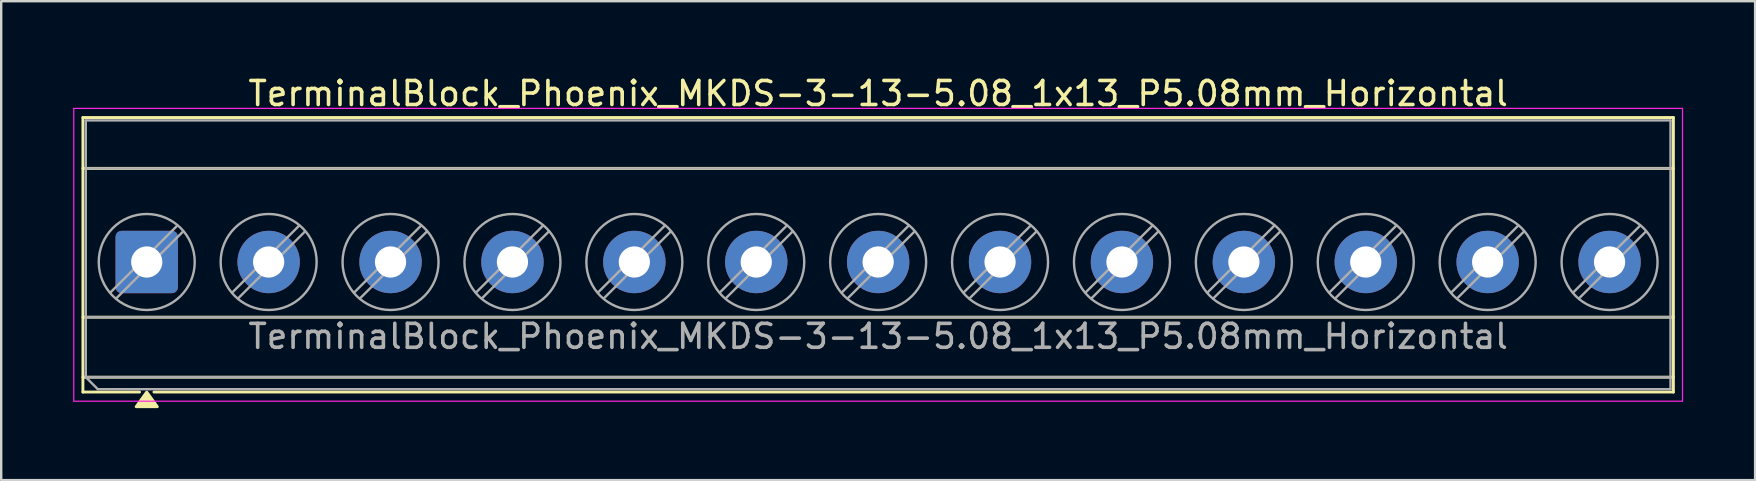
<source format=kicad_pcb>
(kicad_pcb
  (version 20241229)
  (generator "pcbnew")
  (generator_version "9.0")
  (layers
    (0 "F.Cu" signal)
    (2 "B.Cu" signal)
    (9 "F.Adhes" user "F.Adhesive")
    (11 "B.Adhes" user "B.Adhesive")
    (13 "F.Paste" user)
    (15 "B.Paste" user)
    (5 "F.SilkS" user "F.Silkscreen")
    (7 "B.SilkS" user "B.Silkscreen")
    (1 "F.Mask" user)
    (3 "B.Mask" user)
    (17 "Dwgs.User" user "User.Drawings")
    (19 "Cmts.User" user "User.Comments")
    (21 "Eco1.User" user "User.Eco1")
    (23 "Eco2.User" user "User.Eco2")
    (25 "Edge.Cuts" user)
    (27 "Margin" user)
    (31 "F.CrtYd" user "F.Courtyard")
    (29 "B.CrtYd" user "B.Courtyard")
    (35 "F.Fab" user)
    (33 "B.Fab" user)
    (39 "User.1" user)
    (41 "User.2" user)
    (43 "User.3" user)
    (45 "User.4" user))
  (footprint "TerminalBlock_Phoenix_MKDS-3-13-5.08_1x13_P5.08mm_Horizontal"
    (layer "F.Cu")
    (at 3.065 7.868)
    (property "Reference" "TerminalBlock_Phoenix_MKDS-3-13-5.08_1x13_P5.08mm_Horizontal" (at 30.48 -7.02 0) (layer "F.SilkS") (effects (font (size 1 1) (thickness 0.15))))
    (attr through_hole)
    (fp_line (start -2.66 -6.02) (end -2.66 5.42) (stroke (width 0.12) (type solid)) (layer "F.SilkS"))
    (fp_line (start -2.66 -6.02) (end 63.62 -6.02) (stroke (width 0.12) (type solid)) (layer "F.SilkS"))
    (fp_line (start -2.66 -3.9) (end 63.62 -3.9) (stroke (width 0.12) (type solid)) (layer "F.SilkS"))
    (fp_line (start -2.66 2.3) (end 63.62 2.3) (stroke (width 0.12) (type solid)) (layer "F.SilkS"))
    (fp_line (start -2.66 4.8) (end 63.62 4.8) (stroke (width 0.12) (type solid)) (layer "F.SilkS"))
    (fp_line (start -2.66 5.42) (end -0.3 5.42) (stroke (width 0.12) (type solid)) (layer "F.SilkS"))
    (fp_line (start 0.3 5.42) (end 63.62 5.42) (stroke (width 0.12) (type solid)) (layer "F.SilkS"))
    (fp_line (start 63.62 -6.02) (end 63.62 5.42) (stroke (width 0.12) (type solid)) (layer "F.SilkS"))
    (fp_poly (pts (xy 0 5.42) (xy 0.44 6.03) (xy -0.44 6.03)) (stroke (width 0.12) (type solid)) (fill yes) (layer "F.SilkS"))
    (fp_line (start -3.04 -6.4) (end -3.04 5.8) (stroke (width 0.05) (type solid)) (layer "F.CrtYd"))
    (fp_line (start -3.04 5.8) (end 64 5.8) (stroke (width 0.05) (type solid)) (layer "F.CrtYd"))
    (fp_line (start 64 -6.4) (end -3.04 -6.4) (stroke (width 0.05) (type solid)) (layer "F.CrtYd"))
    (fp_line (start 64 5.8) (end 64 -6.4) (stroke (width 0.05) (type solid)) (layer "F.CrtYd"))
    (fp_line (start -2.54 -5.9) (end 63.5 -5.9) (stroke (width 0.1) (type solid)) (layer "F.Fab"))
    (fp_line (start -2.54 -3.9) (end 63.5 -3.9) (stroke (width 0.1) (type solid)) (layer "F.Fab"))
    (fp_line (start -2.54 2.3) (end 63.5 2.3) (stroke (width 0.1) (type solid)) (layer "F.Fab"))
    (fp_line (start -2.54 4.8) (end -2.54 -5.9) (stroke (width 0.1) (type solid)) (layer "F.Fab"))
    (fp_line (start -2.54 4.8) (end 63.5 4.8) (stroke (width 0.1) (type solid)) (layer "F.Fab"))
    (fp_line (start -2.04 5.3) (end -2.54 4.8) (stroke (width 0.1) (type solid)) (layer "F.Fab"))
    (fp_line (start 1.273 -1.517) (end -1.517 1.272) (stroke (width 0.1) (type solid)) (layer "F.Fab"))
    (fp_line (start 1.517 -1.273) (end -1.273 1.517) (stroke (width 0.1) (type solid)) (layer "F.Fab"))
    (fp_line (start 6.353 -1.517) (end 3.563 1.272) (stroke (width 0.1) (type solid)) (layer "F.Fab"))
    (fp_line (start 6.597 -1.273) (end 3.807 1.517) (stroke (width 0.1) (type solid)) (layer "F.Fab"))
    (fp_line (start 11.433 -1.517) (end 8.643 1.272) (stroke (width 0.1) (type solid)) (layer "F.Fab"))
    (fp_line (start 11.677 -1.273) (end 8.887 1.517) (stroke (width 0.1) (type solid)) (layer "F.Fab"))
    (fp_line (start 16.513 -1.517) (end 13.723 1.272) (stroke (width 0.1) (type solid)) (layer "F.Fab"))
    (fp_line (start 16.757 -1.273) (end 13.967 1.517) (stroke (width 0.1) (type solid)) (layer "F.Fab"))
    (fp_line (start 21.593 -1.517) (end 18.803 1.272) (stroke (width 0.1) (type solid)) (layer "F.Fab"))
    (fp_line (start 21.837 -1.273) (end 19.047 1.517) (stroke (width 0.1) (type solid)) (layer "F.Fab"))
    (fp_line (start 26.673 -1.517) (end 23.883 1.272) (stroke (width 0.1) (type solid)) (layer "F.Fab"))
    (fp_line (start 26.917 -1.273) (end 24.127 1.517) (stroke (width 0.1) (type solid)) (layer "F.Fab"))
    (fp_line (start 31.753 -1.517) (end 28.963 1.272) (stroke (width 0.1) (type solid)) (layer "F.Fab"))
    (fp_line (start 31.997 -1.273) (end 29.207 1.517) (stroke (width 0.1) (type solid)) (layer "F.Fab"))
    (fp_line (start 36.833 -1.517) (end 34.043 1.272) (stroke (width 0.1) (type solid)) (layer "F.Fab"))
    (fp_line (start 37.077 -1.273) (end 34.287 1.517) (stroke (width 0.1) (type solid)) (layer "F.Fab"))
    (fp_line (start 41.913 -1.517) (end 39.123 1.272) (stroke (width 0.1) (type solid)) (layer "F.Fab"))
    (fp_line (start 42.157 -1.273) (end 39.367 1.517) (stroke (width 0.1) (type solid)) (layer "F.Fab"))
    (fp_line (start 46.993 -1.517) (end 44.203 1.272) (stroke (width 0.1) (type solid)) (layer "F.Fab"))
    (fp_line (start 47.237 -1.273) (end 44.447 1.517) (stroke (width 0.1) (type solid)) (layer "F.Fab"))
    (fp_line (start 52.073 -1.517) (end 49.283 1.272) (stroke (width 0.1) (type solid)) (layer "F.Fab"))
    (fp_line (start 52.317 -1.273) (end 49.527 1.517) (stroke (width 0.1) (type solid)) (layer "F.Fab"))
    (fp_line (start 57.153 -1.517) (end 54.363 1.272) (stroke (width 0.1) (type solid)) (layer "F.Fab"))
    (fp_line (start 57.397 -1.273) (end 54.607 1.517) (stroke (width 0.1) (type solid)) (layer "F.Fab"))
    (fp_line (start 62.233 -1.517) (end 59.443 1.272) (stroke (width 0.1) (type solid)) (layer "F.Fab"))
    (fp_line (start 62.477 -1.273) (end 59.687 1.517) (stroke (width 0.1) (type solid)) (layer "F.Fab"))
    (fp_line (start 63.5 -5.9) (end 63.5 5.3) (stroke (width 0.1) (type solid)) (layer "F.Fab"))
    (fp_line (start 63.5 5.3) (end -2.04 5.3) (stroke (width 0.1) (type solid)) (layer "F.Fab"))
    (fp_circle (center 0 0) (end 2 0) (stroke (width 0.1) (type solid)) (fill no) (layer "F.Fab"))
    (fp_circle (center 5.08 0) (end 7.08 0) (stroke (width 0.1) (type solid)) (fill no) (layer "F.Fab"))
    (fp_circle (center 10.16 0) (end 12.16 0) (stroke (width 0.1) (type solid)) (fill no) (layer "F.Fab"))
    (fp_circle (center 15.24 0) (end 17.24 0) (stroke (width 0.1) (type solid)) (fill no) (layer "F.Fab"))
    (fp_circle (center 20.32 0) (end 22.32 0) (stroke (width 0.1) (type solid)) (fill no) (layer "F.Fab"))
    (fp_circle (center 25.4 0) (end 27.4 0) (stroke (width 0.1) (type solid)) (fill no) (layer "F.Fab"))
    (fp_circle (center 30.48 0) (end 32.48 0) (stroke (width 0.1) (type solid)) (fill no) (layer "F.Fab"))
    (fp_circle (center 35.56 0) (end 37.56 0) (stroke (width 0.1) (type solid)) (fill no) (layer "F.Fab"))
    (fp_circle (center 40.64 0) (end 42.64 0) (stroke (width 0.1) (type solid)) (fill no) (layer "F.Fab"))
    (fp_circle (center 45.72 0) (end 47.72 0) (stroke (width 0.1) (type solid)) (fill no) (layer "F.Fab"))
    (fp_circle (center 50.8 0) (end 52.8 0) (stroke (width 0.1) (type solid)) (fill no) (layer "F.Fab"))
    (fp_circle (center 55.88 0) (end 57.88 0) (stroke (width 0.1) (type solid)) (fill no) (layer "F.Fab"))
    (fp_circle (center 60.96 0) (end 62.96 0) (stroke (width 0.1) (type solid)) (fill no) (layer "F.Fab"))
    (fp_text user "${REFERENCE}" (at 30.48 3.1 0) (layer "F.Fab") (effects (font (size 1 1) (thickness 0.15))))
    (pad "1" thru_hole roundrect (at 0 0) (size 2.6 2.6) (drill 1.3) (layers "*.Cu" "*.Mask") (roundrect_rratio 0.096))
    (pad "2" thru_hole circle (at 5.08 0) (size 2.6 2.6) (drill 1.3) (layers "*.Cu" "*.Mask"))
    (pad "3" thru_hole circle (at 10.16 0) (size 2.6 2.6) (drill 1.3) (layers "*.Cu" "*.Mask"))
    (pad "4" thru_hole circle (at 15.24 0) (size 2.6 2.6) (drill 1.3) (layers "*.Cu" "*.Mask"))
    (pad "5" thru_hole circle (at 20.32 0) (size 2.6 2.6) (drill 1.3) (layers "*.Cu" "*.Mask"))
    (pad "6" thru_hole circle (at 25.4 0) (size 2.6 2.6) (drill 1.3) (layers "*.Cu" "*.Mask"))
    (pad "7" thru_hole circle (at 30.48 0) (size 2.6 2.6) (drill 1.3) (layers "*.Cu" "*.Mask"))
    (pad "8" thru_hole circle (at 35.56 0) (size 2.6 2.6) (drill 1.3) (layers "*.Cu" "*.Mask"))
    (pad "9" thru_hole circle (at 40.64 0) (size 2.6 2.6) (drill 1.3) (layers "*.Cu" "*.Mask"))
    (pad "10" thru_hole circle (at 45.72 0) (size 2.6 2.6) (drill 1.3) (layers "*.Cu" "*.Mask"))
    (pad "11" thru_hole circle (at 50.8 0) (size 2.6 2.6) (drill 1.3) (layers "*.Cu" "*.Mask"))
    (pad "12" thru_hole circle (at 55.88 0) (size 2.6 2.6) (drill 1.3) (layers "*.Cu" "*.Mask"))
    (pad "13" thru_hole circle (at 60.96 0) (size 2.6 2.6) (drill 1.3) (layers "*.Cu" "*.Mask")))
  (gr_rect
    (start -3 -3)
    (end 70.09 16.958)
    (stroke (width 0.1) (type default))
    (fill no)
    (layer "Edge.Cuts")))
</source>
